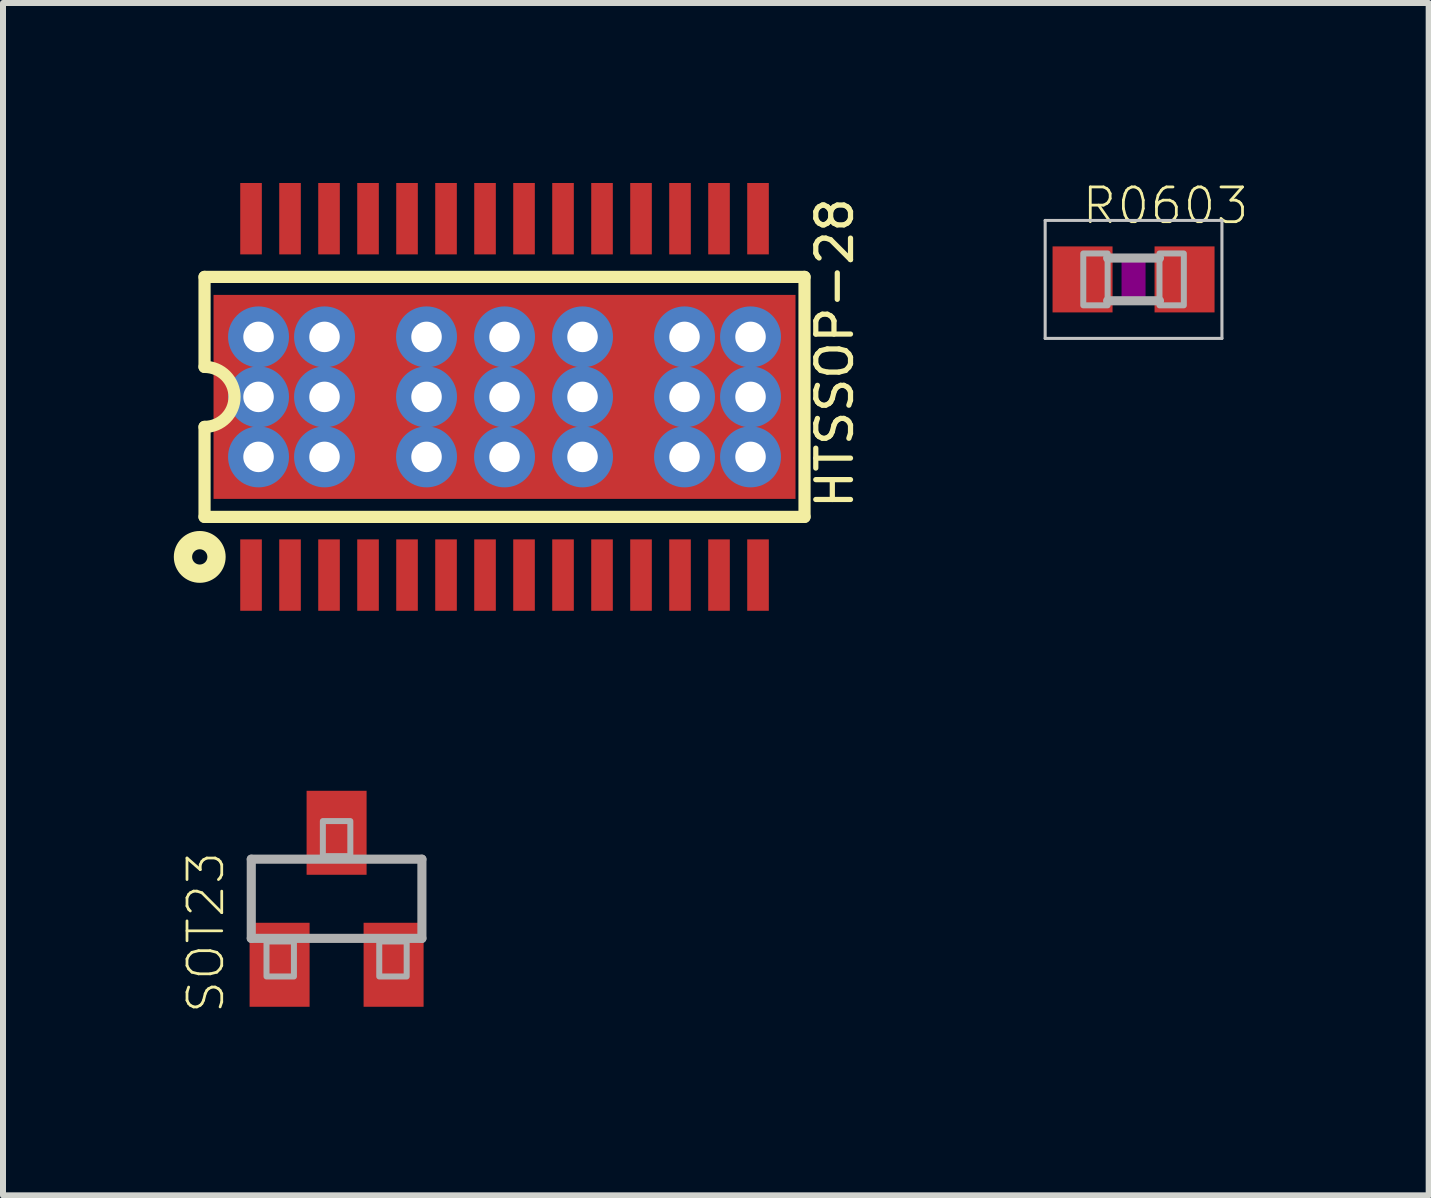
<source format=kicad_pcb>
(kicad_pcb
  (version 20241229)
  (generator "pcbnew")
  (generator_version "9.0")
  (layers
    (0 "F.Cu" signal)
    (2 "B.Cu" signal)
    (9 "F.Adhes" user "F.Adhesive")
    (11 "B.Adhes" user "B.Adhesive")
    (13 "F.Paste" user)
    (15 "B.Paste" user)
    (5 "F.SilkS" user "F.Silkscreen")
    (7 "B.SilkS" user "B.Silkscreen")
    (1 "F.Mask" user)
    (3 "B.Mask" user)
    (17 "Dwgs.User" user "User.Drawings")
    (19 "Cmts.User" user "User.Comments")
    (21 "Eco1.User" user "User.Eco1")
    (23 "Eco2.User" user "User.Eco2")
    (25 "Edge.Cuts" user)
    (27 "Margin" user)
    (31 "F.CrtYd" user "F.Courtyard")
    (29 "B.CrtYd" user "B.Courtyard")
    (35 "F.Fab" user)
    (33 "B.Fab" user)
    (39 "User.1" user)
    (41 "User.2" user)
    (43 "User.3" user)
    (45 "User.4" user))
  (footprint "SOT23"
    (layer "F.Cu")
    (at 2.56 11.93)
    (property "Reference" "SOT23" (at -1.841 1.943 90) (layer "F.SilkS") (effects (font (size 0.579 0.579) (thickness 0.046)) (justify left bottom)))
    (attr through_hole)
    (fp_line (start -1.422 -0.66) (end 1.422 -0.66) (stroke (width 0.152) (type solid)) (layer "F.Fab"))
    (fp_line (start -1.422 0.66) (end -1.422 -0.66) (stroke (width 0.152) (type solid)) (layer "F.Fab"))
    (fp_line (start 1.422 -0.66) (end 1.422 0.66) (stroke (width 0.152) (type solid)) (layer "F.Fab"))
    (fp_line (start 1.422 0.66) (end -1.422 0.66) (stroke (width 0.152) (type solid)) (layer "F.Fab"))
    (fp_poly (pts (xy -1.168 1.295) (xy -0.711 1.295) (xy -0.711 0.711) (xy -1.168 0.711)) (stroke (width 0.1) (type solid)) (fill no) (layer "F.Fab"))
    (fp_poly (pts (xy -0.229 -0.711) (xy 0.229 -0.711) (xy 0.229 -1.295) (xy -0.229 -1.295)) (stroke (width 0.1) (type solid)) (fill no) (layer "F.Fab"))
    (fp_poly (pts (xy 0.711 1.295) (xy 1.168 1.295) (xy 1.168 0.711) (xy 0.711 0.711)) (stroke (width 0.1) (type solid)) (fill no) (layer "F.Fab"))
    (pad "1" smd rect (at -0.95 1.1) (size 1 1.4) (layers "F.Cu" "F.Mask" "F.Paste"))
    (pad "2" smd rect (at 0.95 1.1) (size 1 1.4) (layers "F.Cu" "F.Mask" "F.Paste"))
    (pad "3" smd rect (at 0 -1.1) (size 1 1.4) (layers "F.Cu" "F.Mask" "F.Paste")))
  (footprint "R0603"
    (layer "F.Cu")
    (at 15.843 1.607)
    (property "Reference" "R0603" (at -0.889 -0.889 0) (layer "F.SilkS") (effects (font (size 0.579 0.579) (thickness 0.046)) (justify left bottom)))
    (attr through_hole)
    (fp_poly (pts (xy -0.2 0.4) (xy 0.2 0.4) (xy 0.2 -0.4) (xy -0.2 -0.4)) (stroke (width 0) (type solid)) (fill yes) (layer "F.Adhes"))
    (fp_line (start -1.473 -0.983) (end 1.473 -0.983) (stroke (width 0.051) (type solid)) (layer "Dwgs.User"))
    (fp_line (start -1.473 0.983) (end -1.473 -0.983) (stroke (width 0.051) (type solid)) (layer "Dwgs.User"))
    (fp_line (start 1.473 -0.983) (end 1.473 0.983) (stroke (width 0.051) (type solid)) (layer "Dwgs.User"))
    (fp_line (start 1.473 0.983) (end -1.473 0.983) (stroke (width 0.051) (type solid)) (layer "Dwgs.User"))
    (fp_line (start -0.432 0.356) (end 0.432 0.356) (stroke (width 0.152) (type solid)) (layer "F.Fab"))
    (fp_line (start 0.432 -0.356) (end -0.432 -0.356) (stroke (width 0.152) (type solid)) (layer "F.Fab"))
    (fp_poly (pts (xy -0.838 0.432) (xy -0.432 0.432) (xy -0.432 -0.432) (xy -0.838 -0.432)) (stroke (width 0.1) (type solid)) (fill no) (layer "F.Fab"))
    (fp_poly (pts (xy 0.432 0.432) (xy 0.838 0.432) (xy 0.838 -0.432) (xy 0.432 -0.432)) (stroke (width 0.1) (type solid)) (fill no) (layer "F.Fab"))
    (pad "1" smd rect (at -0.85 0) (size 1 1.1) (layers "F.Cu" "F.Mask" "F.Paste"))
    (pad "2" smd rect (at 0.85 0) (size 1 1.1) (layers "F.Cu" "F.Mask" "F.Paste")))
  (footprint "HTSSOP-28"
    (layer "F.Cu")
    (at 5.359 3.565)
    (property "Reference" "HTSSOP-28" (at 5.842 1.905 270) (layer "F.SilkS") (effects (font (size 0.579 0.579) (thickness 0.087)) (justify left bottom)))
    (attr through_hole)
    (fp_poly (pts (xy -2.59 1.55) (xy 2.59 1.55) (xy 2.59 -1.55) (xy -2.59 -1.55)) (stroke (width 0) (type solid)) (fill yes) (layer "F.Mask"))
    (fp_line (start -5 -2) (end -5 -0.5) (stroke (width 0.203) (type solid)) (layer "F.SilkS"))
    (fp_line (start -5 -2) (end 5 -2) (stroke (width 0.203) (type solid)) (layer "F.SilkS"))
    (fp_line (start -5 0.5) (end -5 2) (stroke (width 0.203) (type solid)) (layer "F.SilkS"))
    (fp_line (start -5 2) (end 5 2) (stroke (width 0.203) (type solid)) (layer "F.SilkS"))
    (fp_line (start 5 -2) (end 5 2) (stroke (width 0.203) (type solid)) (layer "F.SilkS"))
    (fp_arc (start -5 -0.5) (mid -4.5 0) (end -5 0.5) (stroke (width 0.2032) (type solid)) (layer "F.SilkS"))
    (fp_circle (center -5.08 2.667) (end -4.953 2.667) (stroke (width 0.305) (type solid)) (fill no) (layer "F.SilkS"))
    (fp_poly (pts (xy -2.5 1.5) (xy 2.5 1.5) (xy 2.5 -1.5) (xy -2.5 -1.5)) (stroke (width 0) (type solid)) (fill yes) (layer "F.Paste"))
    (pad "1" smd rect (at -4.225 2.97) (size 0.36 1.19) (layers "F.Cu" "F.Mask" "F.Paste"))
    (pad "2" smd rect (at -3.575 2.97) (size 0.36 1.19) (layers "F.Cu" "F.Mask" "F.Paste"))
    (pad "3" smd rect (at -2.925 2.97) (size 0.36 1.19) (layers "F.Cu" "F.Mask" "F.Paste"))
    (pad "4" smd rect (at -2.275 2.97) (size 0.36 1.19) (layers "F.Cu" "F.Mask" "F.Paste"))
    (pad "5" smd rect (at -1.625 2.97) (size 0.36 1.19) (layers "F.Cu" "F.Mask" "F.Paste"))
    (pad "6" smd rect (at -0.975 2.97) (size 0.36 1.19) (layers "F.Cu" "F.Mask" "F.Paste"))
    (pad "7" smd rect (at -0.325 2.97) (size 0.36 1.19) (layers "F.Cu" "F.Mask" "F.Paste"))
    (pad "8" smd rect (at 0.325 2.97) (size 0.36 1.19) (layers "F.Cu" "F.Mask" "F.Paste"))
    (pad "9" smd rect (at 0.975 2.97) (size 0.36 1.19) (layers "F.Cu" "F.Mask" "F.Paste"))
    (pad "10" smd rect (at 1.625 2.97) (size 0.36 1.19) (layers "F.Cu" "F.Mask" "F.Paste"))
    (pad "11" smd rect (at 2.275 2.97) (size 0.36 1.19) (layers "F.Cu" "F.Mask" "F.Paste"))
    (pad "12" smd rect (at 2.925 2.97) (size 0.36 1.19) (layers "F.Cu" "F.Mask" "F.Paste"))
    (pad "13" smd rect (at 3.575 2.97) (size 0.36 1.19) (layers "F.Cu" "F.Mask" "F.Paste"))
    (pad "14" smd rect (at 4.225 2.97) (size 0.36 1.19) (layers "F.Cu" "F.Mask" "F.Paste"))
    (pad "15" smd rect (at 4.225 -2.97) (size 0.36 1.19) (layers "F.Cu" "F.Mask" "F.Paste"))
    (pad "16" smd rect (at 3.575 -2.97) (size 0.36 1.19) (layers "F.Cu" "F.Mask" "F.Paste"))
    (pad "17" smd rect (at 2.925 -2.97) (size 0.36 1.19) (layers "F.Cu" "F.Mask" "F.Paste"))
    (pad "18" smd rect (at 2.275 -2.97) (size 0.36 1.19) (layers "F.Cu" "F.Mask" "F.Paste"))
    (pad "19" smd rect (at 1.625 -2.97) (size 0.36 1.19) (layers "F.Cu" "F.Mask" "F.Paste"))
    (pad "20" smd rect (at 0.975 -2.97) (size 0.36 1.19) (layers "F.Cu" "F.Mask" "F.Paste"))
    (pad "21" smd rect (at 0.325 -2.97) (size 0.36 1.19) (layers "F.Cu" "F.Mask" "F.Paste"))
    (pad "22" smd rect (at -0.325 -2.97) (size 0.36 1.19) (layers "F.Cu" "F.Mask" "F.Paste"))
    (pad "23" smd rect (at -0.975 -2.97) (size 0.36 1.19) (layers "F.Cu" "F.Mask" "F.Paste"))
    (pad "24" smd rect (at -1.625 -2.97) (size 0.36 1.19) (layers "F.Cu" "F.Mask" "F.Paste"))
    (pad "25" smd rect (at -2.275 -2.97) (size 0.36 1.19) (layers "F.Cu" "F.Mask" "F.Paste"))
    (pad "26" smd rect (at -2.925 -2.97) (size 0.36 1.19) (layers "F.Cu" "F.Mask" "F.Paste"))
    (pad "27" smd rect (at -3.575 -2.97) (size 0.36 1.19) (layers "F.Cu" "F.Mask" "F.Paste"))
    (pad "28" smd rect (at -4.225 -2.97) (size 0.36 1.19) (layers "F.Cu" "F.Mask" "F.Paste"))
    (pad "GND@10" thru_hole circle (at -4.1 -1) (size 1.016 1.016) (drill 0.508) (layers "*.Cu" "*.Mask"))
    (pad "GND@11" thru_hole circle (at -4.1 0) (size 1.016 1.016) (drill 0.508) (layers "*.Cu" "*.Mask"))
    (pad "GND@12" thru_hole circle (at -4.1 1) (size 1.016 1.016) (drill 0.508) (layers "*.Cu" "*.Mask"))
    (pad "GND@13" thru_hole circle (at -3 1) (size 1.016 1.016) (drill 0.508) (layers "*.Cu" "*.Mask"))
    (pad "GND@14" thru_hole circle (at -3 0) (size 1.016 1.016) (drill 0.508) (layers "*.Cu" "*.Mask"))
    (pad "GND@15" thru_hole circle (at -3 -1) (size 1.016 1.016) (drill 0.508) (layers "*.Cu" "*.Mask"))
    (pad "GND@16" thru_hole circle (at -1.3 -1) (size 1.016 1.016) (drill 0.508) (layers "*.Cu" "*.Mask"))
    (pad "GND@17" thru_hole circle (at -1.3 0) (size 1.016 1.016) (drill 0.508) (layers "*.Cu" "*.Mask"))
    (pad "GND@18" thru_hole circle (at -1.3 1) (size 1.016 1.016) (drill 0.508) (layers "*.Cu" "*.Mask"))
    (pad "GND@19" thru_hole circle (at 0 1) (size 1.016 1.016) (drill 0.508) (layers "*.Cu" "*.Mask"))
    (pad "GND@20" thru_hole circle (at 0 0) (size 1.016 1.016) (drill 0.508) (layers "*.Cu" "*.Mask"))
    (pad "GND@21" thru_hole circle (at 0 -1) (size 1.016 1.016) (drill 0.508) (layers "*.Cu" "*.Mask"))
    (pad "GND@22" thru_hole circle (at 1.3 -1) (size 1.016 1.016) (drill 0.508) (layers "*.Cu" "*.Mask"))
    (pad "GND@23" thru_hole circle (at 1.3 0) (size 1.016 1.016) (drill 0.508) (layers "*.Cu" "*.Mask"))
    (pad "GND@24" thru_hole circle (at 1.3 1) (size 1.016 1.016) (drill 0.508) (layers "*.Cu" "*.Mask"))
    (pad "GND@25" thru_hole circle (at 3 1) (size 1.016 1.016) (drill 0.508) (layers "*.Cu" "*.Mask"))
    (pad "GND@26" thru_hole circle (at 3 0) (size 1.016 1.016) (drill 0.508) (layers "*.Cu" "*.Mask"))
    (pad "GND@27" thru_hole circle (at 3 -1) (size 1.016 1.016) (drill 0.508) (layers "*.Cu" "*.Mask"))
    (pad "GND@28" thru_hole circle (at 4.1 -1) (size 1.016 1.016) (drill 0.508) (layers "*.Cu" "*.Mask"))
    (pad "GND@29" thru_hole circle (at 4.1 0) (size 1.016 1.016) (drill 0.508) (layers "*.Cu" "*.Mask"))
    (pad "GND@30" thru_hole circle (at 4.1 1) (size 1.016 1.016) (drill 0.508) (layers "*.Cu" "*.Mask"))
    (pad "GND@PAD" smd rect (at 0 0) (size 9.7 3.4) (layers "F.Cu" "F.Mask")))
  (gr_rect
    (start -3 -3)
    (end 20.762 16.873)
    (stroke (width 0.1) (type default))
    (fill no)
    (layer "Edge.Cuts")))
</source>
